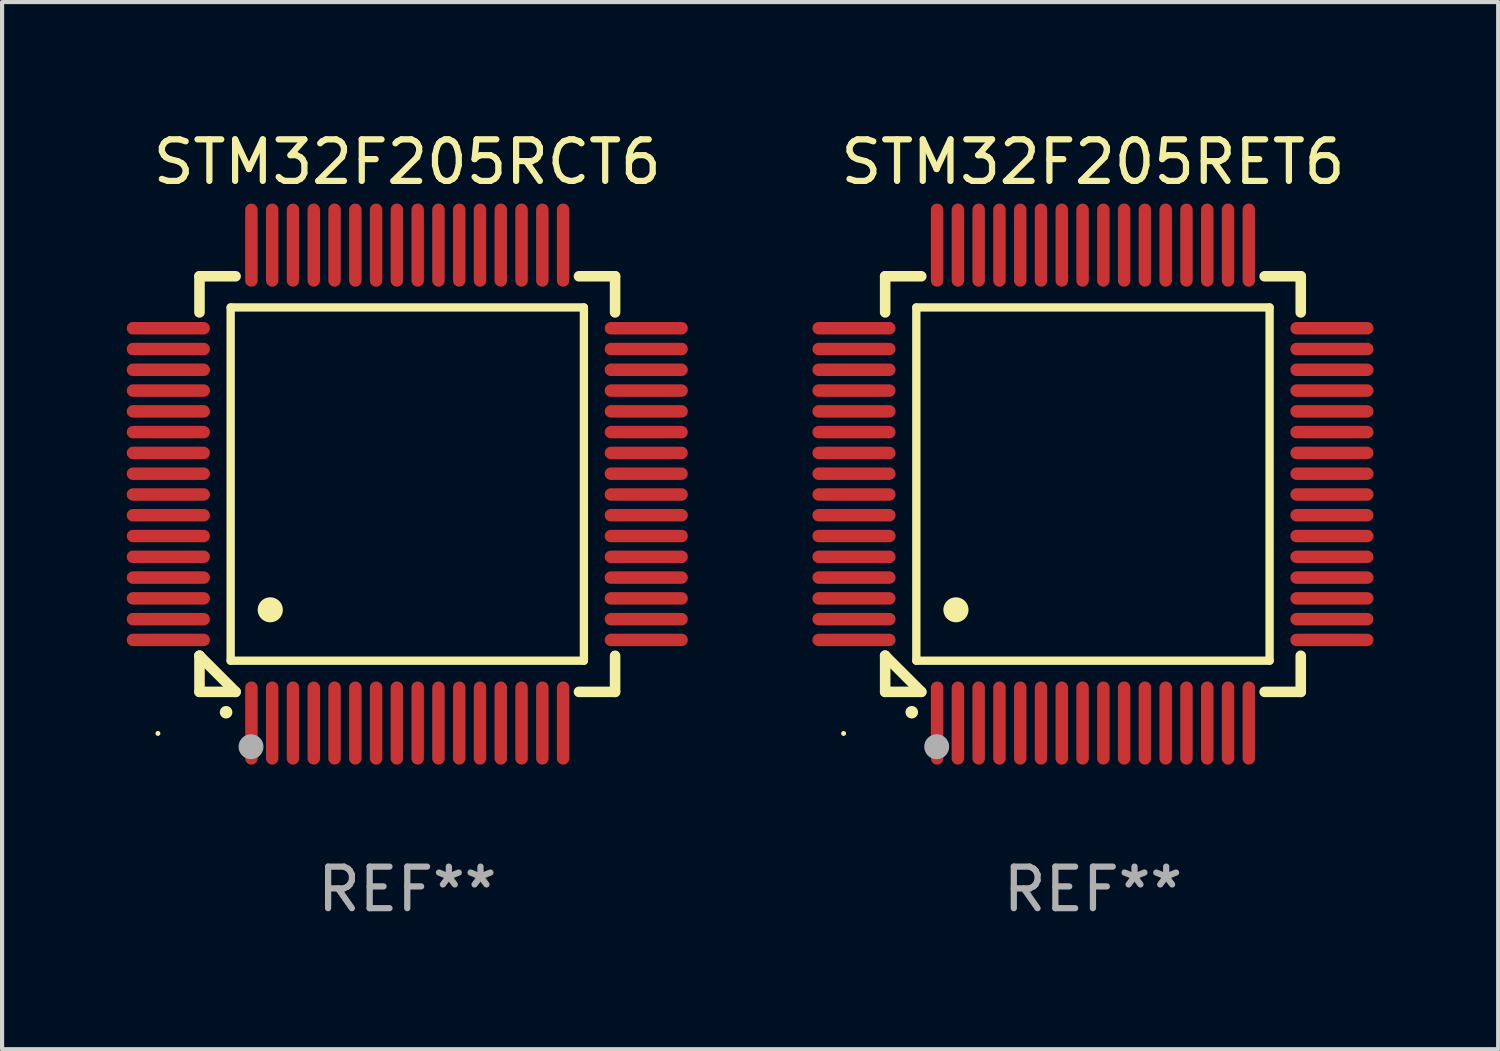
<source format=kicad_pcb>
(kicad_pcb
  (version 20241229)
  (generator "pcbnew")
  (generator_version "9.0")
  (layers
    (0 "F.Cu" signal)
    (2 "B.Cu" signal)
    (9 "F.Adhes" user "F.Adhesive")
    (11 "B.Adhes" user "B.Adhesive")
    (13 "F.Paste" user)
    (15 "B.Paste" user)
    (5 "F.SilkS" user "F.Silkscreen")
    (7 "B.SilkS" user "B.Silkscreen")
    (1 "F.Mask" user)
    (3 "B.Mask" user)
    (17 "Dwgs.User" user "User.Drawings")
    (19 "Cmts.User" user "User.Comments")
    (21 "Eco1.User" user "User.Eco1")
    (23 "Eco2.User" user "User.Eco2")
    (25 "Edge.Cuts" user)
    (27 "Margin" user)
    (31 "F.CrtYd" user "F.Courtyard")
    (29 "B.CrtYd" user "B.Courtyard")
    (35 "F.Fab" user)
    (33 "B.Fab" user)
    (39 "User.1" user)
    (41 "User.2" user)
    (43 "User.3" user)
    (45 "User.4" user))
  (footprint "STM32F205RET6"
    (layer "F.Cu")
    (at 23.249 8.598)
    (property "Reference" "STM32F205RET6" (at 0 -7.75 0) (layer "F.SilkS") (effects (font (size 1 1) (thickness 0.15))))
    (attr through_hole)
    (fp_line (start -5 -5) (end -4.131 -5) (stroke (width 0.254) (type solid)) (layer "F.SilkS"))
    (fp_line (start -5 -4.131) (end -5 -5) (stroke (width 0.254) (type solid)) (layer "F.SilkS"))
    (fp_line (start -5 4.131) (end -5 4.131) (stroke (width 0.254) (type solid)) (layer "F.SilkS"))
    (fp_line (start -5 5) (end -5 4.131) (stroke (width 0.254) (type solid)) (layer "F.SilkS"))
    (fp_line (start -5 4.131) (end -4.131 5) (stroke (width 0.254) (type solid)) (layer "F.SilkS"))
    (fp_line (start -4.25 -4.25) (end -4.25 4.25) (stroke (width 0.2) (type solid)) (layer "F.SilkS"))
    (fp_line (start -4.25 4.25) (end 4.25 4.25) (stroke (width 0.2) (type solid)) (layer "F.SilkS"))
    (fp_line (start -4.131 5) (end -5 5) (stroke (width 0.254) (type solid)) (layer "F.SilkS"))
    (fp_line (start 4.25 -4.25) (end -4.25 -4.25) (stroke (width 0.2) (type solid)) (layer "F.SilkS"))
    (fp_line (start 4.25 4.25) (end 4.25 -4.25) (stroke (width 0.2) (type solid)) (layer "F.SilkS"))
    (fp_line (start 5 -5) (end 4.131 -5) (stroke (width 0.254) (type solid)) (layer "F.SilkS"))
    (fp_line (start 5 -5) (end 5 -4.131) (stroke (width 0.254) (type solid)) (layer "F.SilkS"))
    (fp_line (start 5 4.131) (end 5 5) (stroke (width 0.254) (type solid)) (layer "F.SilkS"))
    (fp_line (start 5 5) (end 4.131 5) (stroke (width 0.254) (type solid)) (layer "F.SilkS"))
    (fp_arc (start -4.361265 5.489992) (mid -4.359995 5.489987) (end -4.358725 5.489992) (stroke (width 0.3) (type solid)) (layer "F.SilkS"))
    (fp_arc (start -3.299467 3.025146) (mid -3.296927 3.025135) (end -3.294387 3.025146) (stroke (width 0.6) (type solid)) (layer "F.SilkS"))
    (fp_circle (center -6 6) (end -5.97 6) (stroke (width 0.06) (type solid)) (fill no) (layer "F.SilkS"))
    (fp_circle (center -3.76 6.32) (end -3.61 6.32) (stroke (width 0.3) (type solid)) (fill no) (layer "F.Fab"))
    (fp_text user "REF**" (at 0 9.75 0) (layer "F.Fab") (effects (font (size 1 1) (thickness 0.15))))
    (pad "1" smd oval (at -3.75 5.75) (size 0.3 2) (layers "F.Cu" "F.Mask" "F.Paste"))
    (pad "2" smd oval (at -3.25 5.75) (size 0.3 2) (layers "F.Cu" "F.Mask" "F.Paste"))
    (pad "3" smd oval (at -2.75 5.75) (size 0.3 2) (layers "F.Cu" "F.Mask" "F.Paste"))
    (pad "4" smd oval (at -2.25 5.75) (size 0.3 2) (layers "F.Cu" "F.Mask" "F.Paste"))
    (pad "5" smd oval (at -1.75 5.75) (size 0.3 2) (layers "F.Cu" "F.Mask" "F.Paste"))
    (pad "6" smd oval (at -1.25 5.75) (size 0.3 2) (layers "F.Cu" "F.Mask" "F.Paste"))
    (pad "7" smd oval (at -0.75 5.75) (size 0.3 2) (layers "F.Cu" "F.Mask" "F.Paste"))
    (pad "8" smd oval (at -0.25 5.75) (size 0.3 2) (layers "F.Cu" "F.Mask" "F.Paste"))
    (pad "9" smd oval (at 0.25 5.75) (size 0.3 2) (layers "F.Cu" "F.Mask" "F.Paste"))
    (pad "10" smd oval (at 0.75 5.75) (size 0.3 2) (layers "F.Cu" "F.Mask" "F.Paste"))
    (pad "11" smd oval (at 1.25 5.75) (size 0.3 2) (layers "F.Cu" "F.Mask" "F.Paste"))
    (pad "12" smd oval (at 1.75 5.75) (size 0.3 2) (layers "F.Cu" "F.Mask" "F.Paste"))
    (pad "13" smd oval (at 2.25 5.75) (size 0.3 2) (layers "F.Cu" "F.Mask" "F.Paste"))
    (pad "14" smd oval (at 2.75 5.75) (size 0.3 2) (layers "F.Cu" "F.Mask" "F.Paste"))
    (pad "15" smd oval (at 3.25 5.75) (size 0.3 2) (layers "F.Cu" "F.Mask" "F.Paste"))
    (pad "16" smd oval (at 3.75 5.75) (size 0.3 2) (layers "F.Cu" "F.Mask" "F.Paste"))
    (pad "17" smd oval (at 5.75 3.75) (size 2 0.3) (layers "F.Cu" "F.Mask" "F.Paste"))
    (pad "18" smd oval (at 5.75 3.25) (size 2 0.3) (layers "F.Cu" "F.Mask" "F.Paste"))
    (pad "19" smd oval (at 5.75 2.75) (size 2 0.3) (layers "F.Cu" "F.Mask" "F.Paste"))
    (pad "20" smd oval (at 5.75 2.25) (size 2 0.3) (layers "F.Cu" "F.Mask" "F.Paste"))
    (pad "21" smd oval (at 5.75 1.75) (size 2 0.3) (layers "F.Cu" "F.Mask" "F.Paste"))
    (pad "22" smd oval (at 5.75 1.25) (size 2 0.3) (layers "F.Cu" "F.Mask" "F.Paste"))
    (pad "23" smd oval (at 5.75 0.75) (size 2 0.3) (layers "F.Cu" "F.Mask" "F.Paste"))
    (pad "24" smd oval (at 5.75 0.25) (size 2 0.3) (layers "F.Cu" "F.Mask" "F.Paste"))
    (pad "25" smd oval (at 5.75 -0.25) (size 2 0.3) (layers "F.Cu" "F.Mask" "F.Paste"))
    (pad "26" smd oval (at 5.75 -0.75) (size 2 0.3) (layers "F.Cu" "F.Mask" "F.Paste"))
    (pad "27" smd oval (at 5.75 -1.25) (size 2 0.3) (layers "F.Cu" "F.Mask" "F.Paste"))
    (pad "28" smd oval (at 5.75 -1.75) (size 2 0.3) (layers "F.Cu" "F.Mask" "F.Paste"))
    (pad "29" smd oval (at 5.75 -2.25) (size 2 0.3) (layers "F.Cu" "F.Mask" "F.Paste"))
    (pad "30" smd oval (at 5.75 -2.75) (size 2 0.3) (layers "F.Cu" "F.Mask" "F.Paste"))
    (pad "31" smd oval (at 5.75 -3.25) (size 2 0.3) (layers "F.Cu" "F.Mask" "F.Paste"))
    (pad "32" smd oval (at 5.75 -3.75) (size 2 0.3) (layers "F.Cu" "F.Mask" "F.Paste"))
    (pad "33" smd oval (at 3.75 -5.75) (size 0.3 2) (layers "F.Cu" "F.Mask" "F.Paste"))
    (pad "34" smd oval (at 3.25 -5.75) (size 0.3 2) (layers "F.Cu" "F.Mask" "F.Paste"))
    (pad "35" smd oval (at 2.75 -5.75) (size 0.3 2) (layers "F.Cu" "F.Mask" "F.Paste"))
    (pad "36" smd oval (at 2.25 -5.75) (size 0.3 2) (layers "F.Cu" "F.Mask" "F.Paste"))
    (pad "37" smd oval (at 1.75 -5.75) (size 0.3 2) (layers "F.Cu" "F.Mask" "F.Paste"))
    (pad "38" smd oval (at 1.25 -5.75) (size 0.3 2) (layers "F.Cu" "F.Mask" "F.Paste"))
    (pad "39" smd oval (at 0.75 -5.75) (size 0.3 2) (layers "F.Cu" "F.Mask" "F.Paste"))
    (pad "40" smd oval (at 0.25 -5.75) (size 0.3 2) (layers "F.Cu" "F.Mask" "F.Paste"))
    (pad "41" smd oval (at -0.25 -5.75) (size 0.3 2) (layers "F.Cu" "F.Mask" "F.Paste"))
    (pad "42" smd oval (at -0.75 -5.75) (size 0.3 2) (layers "F.Cu" "F.Mask" "F.Paste"))
    (pad "43" smd oval (at -1.25 -5.75) (size 0.3 2) (layers "F.Cu" "F.Mask" "F.Paste"))
    (pad "44" smd oval (at -1.75 -5.75) (size 0.3 2) (layers "F.Cu" "F.Mask" "F.Paste"))
    (pad "45" smd oval (at -2.25 -5.75) (size 0.3 2) (layers "F.Cu" "F.Mask" "F.Paste"))
    (pad "46" smd oval (at -2.75 -5.75) (size 0.3 2) (layers "F.Cu" "F.Mask" "F.Paste"))
    (pad "47" smd oval (at -3.25 -5.75) (size 0.3 2) (layers "F.Cu" "F.Mask" "F.Paste"))
    (pad "48" smd oval (at -3.75 -5.75) (size 0.3 2) (layers "F.Cu" "F.Mask" "F.Paste"))
    (pad "49" smd oval (at -5.75 -3.75) (size 2 0.3) (layers "F.Cu" "F.Mask" "F.Paste"))
    (pad "50" smd oval (at -5.75 -3.25) (size 2 0.3) (layers "F.Cu" "F.Mask" "F.Paste"))
    (pad "51" smd oval (at -5.75 -2.75) (size 2 0.3) (layers "F.Cu" "F.Mask" "F.Paste"))
    (pad "52" smd oval (at -5.75 -2.25) (size 2 0.3) (layers "F.Cu" "F.Mask" "F.Paste"))
    (pad "53" smd oval (at -5.75 -1.75) (size 2 0.3) (layers "F.Cu" "F.Mask" "F.Paste"))
    (pad "54" smd oval (at -5.75 -1.25) (size 2 0.3) (layers "F.Cu" "F.Mask" "F.Paste"))
    (pad "55" smd oval (at -5.75 -0.75) (size 2 0.3) (layers "F.Cu" "F.Mask" "F.Paste"))
    (pad "56" smd oval (at -5.75 -0.25) (size 2 0.3) (layers "F.Cu" "F.Mask" "F.Paste"))
    (pad "57" smd oval (at -5.75 0.25) (size 2 0.3) (layers "F.Cu" "F.Mask" "F.Paste"))
    (pad "58" smd oval (at -5.75 0.75) (size 2 0.3) (layers "F.Cu" "F.Mask" "F.Paste"))
    (pad "59" smd oval (at -5.75 1.25) (size 2 0.3) (layers "F.Cu" "F.Mask" "F.Paste"))
    (pad "60" smd oval (at -5.75 1.75) (size 2 0.3) (layers "F.Cu" "F.Mask" "F.Paste"))
    (pad "61" smd oval (at -5.75 2.25) (size 2 0.3) (layers "F.Cu" "F.Mask" "F.Paste"))
    (pad "62" smd oval (at -5.75 2.75) (size 2 0.3) (layers "F.Cu" "F.Mask" "F.Paste"))
    (pad "63" smd oval (at -5.75 3.25) (size 2 0.3) (layers "F.Cu" "F.Mask" "F.Paste"))
    (pad "64" smd oval (at -5.75 3.75) (size 2 0.3) (layers "F.Cu" "F.Mask" "F.Paste")))
  (footprint "STM32F205RCT6"
    (layer "F.Cu")
    (at 6.75 8.598)
    (property "Reference" "STM32F205RCT6" (at 0 -7.75 0) (layer "F.SilkS") (effects (font (size 1 1) (thickness 0.15))))
    (attr through_hole)
    (fp_line (start -5 -5) (end -4.131 -5) (stroke (width 0.254) (type solid)) (layer "F.SilkS"))
    (fp_line (start -5 -4.131) (end -5 -5) (stroke (width 0.254) (type solid)) (layer "F.SilkS"))
    (fp_line (start -5 4.131) (end -5 4.131) (stroke (width 0.254) (type solid)) (layer "F.SilkS"))
    (fp_line (start -5 5) (end -5 4.131) (stroke (width 0.254) (type solid)) (layer "F.SilkS"))
    (fp_line (start -5 4.131) (end -4.131 5) (stroke (width 0.254) (type solid)) (layer "F.SilkS"))
    (fp_line (start -4.25 -4.25) (end -4.25 4.25) (stroke (width 0.2) (type solid)) (layer "F.SilkS"))
    (fp_line (start -4.25 4.25) (end 4.25 4.25) (stroke (width 0.2) (type solid)) (layer "F.SilkS"))
    (fp_line (start -4.131 5) (end -5 5) (stroke (width 0.254) (type solid)) (layer "F.SilkS"))
    (fp_line (start 4.25 -4.25) (end -4.25 -4.25) (stroke (width 0.2) (type solid)) (layer "F.SilkS"))
    (fp_line (start 4.25 4.25) (end 4.25 -4.25) (stroke (width 0.2) (type solid)) (layer "F.SilkS"))
    (fp_line (start 5 -5) (end 4.131 -5) (stroke (width 0.254) (type solid)) (layer "F.SilkS"))
    (fp_line (start 5 -5) (end 5 -4.131) (stroke (width 0.254) (type solid)) (layer "F.SilkS"))
    (fp_line (start 5 4.131) (end 5 5) (stroke (width 0.254) (type solid)) (layer "F.SilkS"))
    (fp_line (start 5 5) (end 4.131 5) (stroke (width 0.254) (type solid)) (layer "F.SilkS"))
    (fp_arc (start -4.361265 5.489992) (mid -4.359995 5.489987) (end -4.358725 5.489992) (stroke (width 0.3) (type solid)) (layer "F.SilkS"))
    (fp_arc (start -3.299467 3.025146) (mid -3.296927 3.025135) (end -3.294387 3.025146) (stroke (width 0.6) (type solid)) (layer "F.SilkS"))
    (fp_circle (center -6 6) (end -5.97 6) (stroke (width 0.06) (type solid)) (fill no) (layer "F.SilkS"))
    (fp_circle (center -3.76 6.32) (end -3.61 6.32) (stroke (width 0.3) (type solid)) (fill no) (layer "F.Fab"))
    (fp_text user "REF**" (at 0 9.75 0) (layer "F.Fab") (effects (font (size 1 1) (thickness 0.15))))
    (pad "1" smd oval (at -3.75 5.75) (size 0.3 2) (layers "F.Cu" "F.Mask" "F.Paste"))
    (pad "2" smd oval (at -3.25 5.75) (size 0.3 2) (layers "F.Cu" "F.Mask" "F.Paste"))
    (pad "3" smd oval (at -2.75 5.75) (size 0.3 2) (layers "F.Cu" "F.Mask" "F.Paste"))
    (pad "4" smd oval (at -2.25 5.75) (size 0.3 2) (layers "F.Cu" "F.Mask" "F.Paste"))
    (pad "5" smd oval (at -1.75 5.75) (size 0.3 2) (layers "F.Cu" "F.Mask" "F.Paste"))
    (pad "6" smd oval (at -1.25 5.75) (size 0.3 2) (layers "F.Cu" "F.Mask" "F.Paste"))
    (pad "7" smd oval (at -0.75 5.75) (size 0.3 2) (layers "F.Cu" "F.Mask" "F.Paste"))
    (pad "8" smd oval (at -0.25 5.75) (size 0.3 2) (layers "F.Cu" "F.Mask" "F.Paste"))
    (pad "9" smd oval (at 0.25 5.75) (size 0.3 2) (layers "F.Cu" "F.Mask" "F.Paste"))
    (pad "10" smd oval (at 0.75 5.75) (size 0.3 2) (layers "F.Cu" "F.Mask" "F.Paste"))
    (pad "11" smd oval (at 1.25 5.75) (size 0.3 2) (layers "F.Cu" "F.Mask" "F.Paste"))
    (pad "12" smd oval (at 1.75 5.75) (size 0.3 2) (layers "F.Cu" "F.Mask" "F.Paste"))
    (pad "13" smd oval (at 2.25 5.75) (size 0.3 2) (layers "F.Cu" "F.Mask" "F.Paste"))
    (pad "14" smd oval (at 2.75 5.75) (size 0.3 2) (layers "F.Cu" "F.Mask" "F.Paste"))
    (pad "15" smd oval (at 3.25 5.75) (size 0.3 2) (layers "F.Cu" "F.Mask" "F.Paste"))
    (pad "16" smd oval (at 3.75 5.75) (size 0.3 2) (layers "F.Cu" "F.Mask" "F.Paste"))
    (pad "17" smd oval (at 5.75 3.75) (size 2 0.3) (layers "F.Cu" "F.Mask" "F.Paste"))
    (pad "18" smd oval (at 5.75 3.25) (size 2 0.3) (layers "F.Cu" "F.Mask" "F.Paste"))
    (pad "19" smd oval (at 5.75 2.75) (size 2 0.3) (layers "F.Cu" "F.Mask" "F.Paste"))
    (pad "20" smd oval (at 5.75 2.25) (size 2 0.3) (layers "F.Cu" "F.Mask" "F.Paste"))
    (pad "21" smd oval (at 5.75 1.75) (size 2 0.3) (layers "F.Cu" "F.Mask" "F.Paste"))
    (pad "22" smd oval (at 5.75 1.25) (size 2 0.3) (layers "F.Cu" "F.Mask" "F.Paste"))
    (pad "23" smd oval (at 5.75 0.75) (size 2 0.3) (layers "F.Cu" "F.Mask" "F.Paste"))
    (pad "24" smd oval (at 5.75 0.25) (size 2 0.3) (layers "F.Cu" "F.Mask" "F.Paste"))
    (pad "25" smd oval (at 5.75 -0.25) (size 2 0.3) (layers "F.Cu" "F.Mask" "F.Paste"))
    (pad "26" smd oval (at 5.75 -0.75) (size 2 0.3) (layers "F.Cu" "F.Mask" "F.Paste"))
    (pad "27" smd oval (at 5.75 -1.25) (size 2 0.3) (layers "F.Cu" "F.Mask" "F.Paste"))
    (pad "28" smd oval (at 5.75 -1.75) (size 2 0.3) (layers "F.Cu" "F.Mask" "F.Paste"))
    (pad "29" smd oval (at 5.75 -2.25) (size 2 0.3) (layers "F.Cu" "F.Mask" "F.Paste"))
    (pad "30" smd oval (at 5.75 -2.75) (size 2 0.3) (layers "F.Cu" "F.Mask" "F.Paste"))
    (pad "31" smd oval (at 5.75 -3.25) (size 2 0.3) (layers "F.Cu" "F.Mask" "F.Paste"))
    (pad "32" smd oval (at 5.75 -3.75) (size 2 0.3) (layers "F.Cu" "F.Mask" "F.Paste"))
    (pad "33" smd oval (at 3.75 -5.75) (size 0.3 2) (layers "F.Cu" "F.Mask" "F.Paste"))
    (pad "34" smd oval (at 3.25 -5.75) (size 0.3 2) (layers "F.Cu" "F.Mask" "F.Paste"))
    (pad "35" smd oval (at 2.75 -5.75) (size 0.3 2) (layers "F.Cu" "F.Mask" "F.Paste"))
    (pad "36" smd oval (at 2.25 -5.75) (size 0.3 2) (layers "F.Cu" "F.Mask" "F.Paste"))
    (pad "37" smd oval (at 1.75 -5.75) (size 0.3 2) (layers "F.Cu" "F.Mask" "F.Paste"))
    (pad "38" smd oval (at 1.25 -5.75) (size 0.3 2) (layers "F.Cu" "F.Mask" "F.Paste"))
    (pad "39" smd oval (at 0.75 -5.75) (size 0.3 2) (layers "F.Cu" "F.Mask" "F.Paste"))
    (pad "40" smd oval (at 0.25 -5.75) (size 0.3 2) (layers "F.Cu" "F.Mask" "F.Paste"))
    (pad "41" smd oval (at -0.25 -5.75) (size 0.3 2) (layers "F.Cu" "F.Mask" "F.Paste"))
    (pad "42" smd oval (at -0.75 -5.75) (size 0.3 2) (layers "F.Cu" "F.Mask" "F.Paste"))
    (pad "43" smd oval (at -1.25 -5.75) (size 0.3 2) (layers "F.Cu" "F.Mask" "F.Paste"))
    (pad "44" smd oval (at -1.75 -5.75) (size 0.3 2) (layers "F.Cu" "F.Mask" "F.Paste"))
    (pad "45" smd oval (at -2.25 -5.75) (size 0.3 2) (layers "F.Cu" "F.Mask" "F.Paste"))
    (pad "46" smd oval (at -2.75 -5.75) (size 0.3 2) (layers "F.Cu" "F.Mask" "F.Paste"))
    (pad "47" smd oval (at -3.25 -5.75) (size 0.3 2) (layers "F.Cu" "F.Mask" "F.Paste"))
    (pad "48" smd oval (at -3.75 -5.75) (size 0.3 2) (layers "F.Cu" "F.Mask" "F.Paste"))
    (pad "49" smd oval (at -5.75 -3.75) (size 2 0.3) (layers "F.Cu" "F.Mask" "F.Paste"))
    (pad "50" smd oval (at -5.75 -3.25) (size 2 0.3) (layers "F.Cu" "F.Mask" "F.Paste"))
    (pad "51" smd oval (at -5.75 -2.75) (size 2 0.3) (layers "F.Cu" "F.Mask" "F.Paste"))
    (pad "52" smd oval (at -5.75 -2.25) (size 2 0.3) (layers "F.Cu" "F.Mask" "F.Paste"))
    (pad "53" smd oval (at -5.75 -1.75) (size 2 0.3) (layers "F.Cu" "F.Mask" "F.Paste"))
    (pad "54" smd oval (at -5.75 -1.25) (size 2 0.3) (layers "F.Cu" "F.Mask" "F.Paste"))
    (pad "55" smd oval (at -5.75 -0.75) (size 2 0.3) (layers "F.Cu" "F.Mask" "F.Paste"))
    (pad "56" smd oval (at -5.75 -0.25) (size 2 0.3) (layers "F.Cu" "F.Mask" "F.Paste"))
    (pad "57" smd oval (at -5.75 0.25) (size 2 0.3) (layers "F.Cu" "F.Mask" "F.Paste"))
    (pad "58" smd oval (at -5.75 0.75) (size 2 0.3) (layers "F.Cu" "F.Mask" "F.Paste"))
    (pad "59" smd oval (at -5.75 1.25) (size 2 0.3) (layers "F.Cu" "F.Mask" "F.Paste"))
    (pad "60" smd oval (at -5.75 1.75) (size 2 0.3) (layers "F.Cu" "F.Mask" "F.Paste"))
    (pad "61" smd oval (at -5.75 2.25) (size 2 0.3) (layers "F.Cu" "F.Mask" "F.Paste"))
    (pad "62" smd oval (at -5.75 2.75) (size 2 0.3) (layers "F.Cu" "F.Mask" "F.Paste"))
    (pad "63" smd oval (at -5.75 3.25) (size 2 0.3) (layers "F.Cu" "F.Mask" "F.Paste"))
    (pad "64" smd oval (at -5.75 3.75) (size 2 0.3) (layers "F.Cu" "F.Mask" "F.Paste")))
  (gr_rect
    (start -3 -3)
    (end 32.999 22.196)
    (stroke (width 0.1) (type default))
    (fill no)
    (layer "Edge.Cuts")))
</source>
